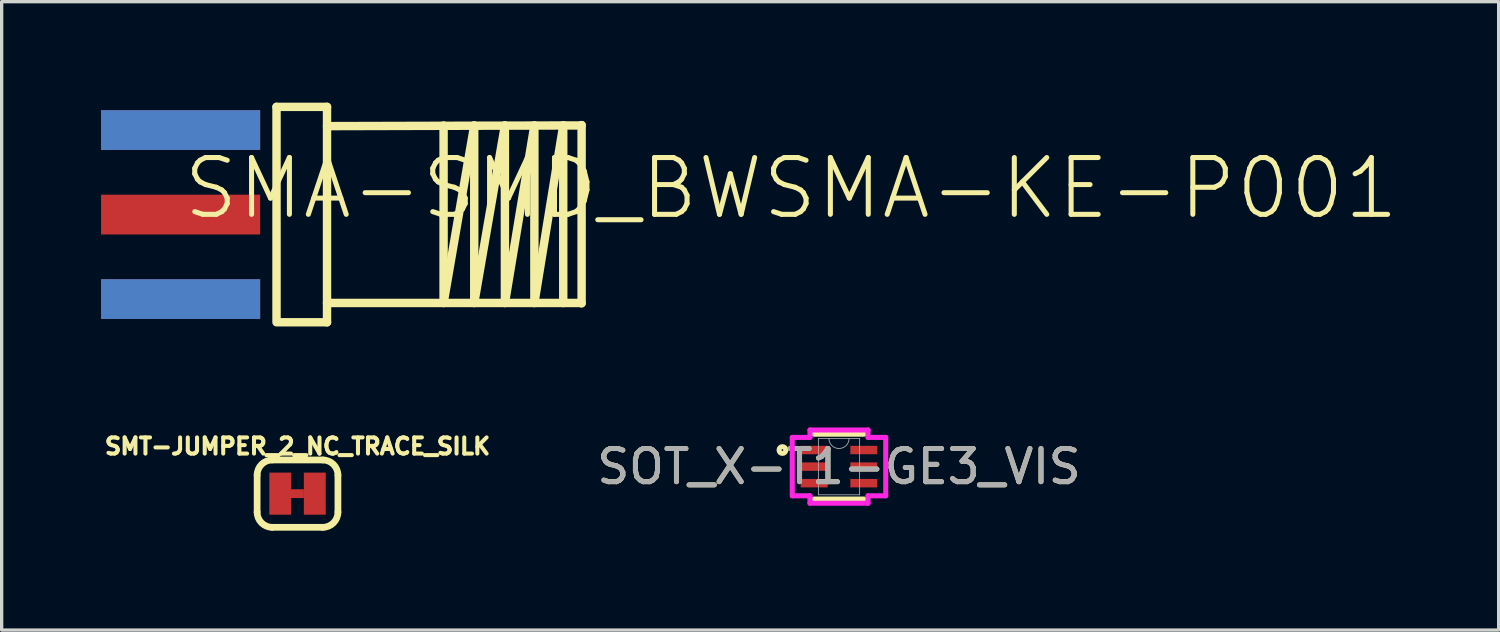
<source format=kicad_pcb>
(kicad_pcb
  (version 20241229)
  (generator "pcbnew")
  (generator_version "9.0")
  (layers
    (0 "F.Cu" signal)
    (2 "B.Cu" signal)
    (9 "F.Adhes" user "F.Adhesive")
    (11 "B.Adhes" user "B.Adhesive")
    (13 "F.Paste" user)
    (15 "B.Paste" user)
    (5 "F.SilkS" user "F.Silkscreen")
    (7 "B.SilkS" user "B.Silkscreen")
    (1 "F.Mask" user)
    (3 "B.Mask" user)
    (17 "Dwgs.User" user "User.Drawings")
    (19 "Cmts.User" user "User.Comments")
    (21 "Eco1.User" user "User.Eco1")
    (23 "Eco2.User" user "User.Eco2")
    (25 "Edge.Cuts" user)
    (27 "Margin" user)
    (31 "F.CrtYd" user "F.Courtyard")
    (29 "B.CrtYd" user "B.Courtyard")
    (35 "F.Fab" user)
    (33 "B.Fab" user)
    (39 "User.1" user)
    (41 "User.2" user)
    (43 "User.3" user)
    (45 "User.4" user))
  (footprint "SOT_X-T1-GE3_VIS"
    (layer "F.Cu")
    (at 22.267 11.03)
    (property "Reference" "SOT_X-T1-GE3_VIS" (at 0 0 0) (unlocked yes) (layer "F.SilkS") (effects (font (size 1 1) (thickness 0.15))))
    (attr smd)
    (fp_line (start -0.749 0.978) (end 0.749 0.978) (stroke (width 0.152) (type solid)) (layer "F.SilkS"))
    (fp_line (start 0.749 -0.978) (end -0.749 -0.978) (stroke (width 0.152) (type solid)) (layer "F.SilkS"))
    (fp_circle (center -1.707 -0.5) (end -1.605 -0.5) (stroke (width 0.152) (type solid)) (fill no) (layer "F.SilkS"))
    (fp_line (start -1.41 -0.881) (end -0.876 -0.881) (stroke (width 0.152) (type solid)) (layer "F.CrtYd"))
    (fp_line (start -1.41 0.881) (end -1.41 -0.881) (stroke (width 0.152) (type solid)) (layer "F.CrtYd"))
    (fp_line (start -1.41 0.881) (end -0.876 0.881) (stroke (width 0.152) (type solid)) (layer "F.CrtYd"))
    (fp_line (start -0.876 -1.105) (end 0.876 -1.105) (stroke (width 0.152) (type solid)) (layer "F.CrtYd"))
    (fp_line (start -0.876 -0.881) (end -0.876 -1.105) (stroke (width 0.152) (type solid)) (layer "F.CrtYd"))
    (fp_line (start -0.876 1.105) (end -0.876 0.881) (stroke (width 0.152) (type solid)) (layer "F.CrtYd"))
    (fp_line (start 0.876 -1.105) (end 0.876 -0.881) (stroke (width 0.152) (type solid)) (layer "F.CrtYd"))
    (fp_line (start 0.876 0.881) (end 0.876 1.105) (stroke (width 0.152) (type solid)) (layer "F.CrtYd"))
    (fp_line (start 0.876 1.105) (end -0.876 1.105) (stroke (width 0.152) (type solid)) (layer "F.CrtYd"))
    (fp_line (start 1.41 -0.881) (end 0.876 -0.881) (stroke (width 0.152) (type solid)) (layer "F.CrtYd"))
    (fp_line (start 1.41 -0.881) (end 1.41 0.881) (stroke (width 0.152) (type solid)) (layer "F.CrtYd"))
    (fp_line (start 1.41 0.881) (end 0.876 0.881) (stroke (width 0.152) (type solid)) (layer "F.CrtYd"))
    (fp_line (start -0.622 -0.851) (end -0.622 0.851) (stroke (width 0.025) (type solid)) (layer "F.Fab"))
    (fp_line (start -0.622 0.851) (end 0.622 0.851) (stroke (width 0.025) (type solid)) (layer "F.Fab"))
    (fp_line (start 0.622 -0.851) (end -0.622 -0.851) (stroke (width 0.025) (type solid)) (layer "F.Fab"))
    (fp_line (start 0.622 0.851) (end 0.622 -0.851) (stroke (width 0.025) (type solid)) (layer "F.Fab"))
    (fp_arc (start 0.3048 -0.8509) (mid 0 -0.5461) (end -0.3048 -0.8509) (stroke (width 0.0254) (type solid)) (layer "F.Fab"))
    (fp_circle (center -0.343 -0.5) (end -0.267 -0.5) (stroke (width 0.025) (type solid)) (fill no) (layer "F.Fab"))
    (fp_text user "${REFERENCE}" (at 0 0 0) (unlocked yes) (layer "F.Fab") (effects (font (size 1 1) (thickness 0.15))))
    (pad "1" smd rect (at -0.749 -0.5) (size 0.813 0.254) (layers "F.Cu" "F.Mask" "F.Paste"))
    (pad "2" smd rect (at -0.749 0) (size 0.813 0.254) (layers "F.Cu" "F.Mask" "F.Paste"))
    (pad "3" smd rect (at -0.749 0.5) (size 0.813 0.254) (layers "F.Cu" "F.Mask" "F.Paste"))
    (pad "4" smd rect (at 0.749 0.5) (size 0.813 0.254) (layers "F.Cu" "F.Mask" "F.Paste"))
    (pad "5" smd rect (at 0.749 0) (size 0.813 0.254) (layers "F.Cu" "F.Mask" "F.Paste"))
    (pad "6" smd rect (at 0.749 -0.5) (size 0.813 0.254) (layers "F.Cu" "F.Mask" "F.Paste")))
  (footprint "SMA-SMD_BWSMA-KE-P001"
    (layer "F.Cu")
    (at 2.4 3.425)
    (property "Reference" "SMA-SMD_BWSMA-KE-P001" (at 0 0.21 0) (unlocked yes) (layer "F.SilkS") (effects (font (size 1.714 1.714) (thickness 0.152)) (justify left bottom)))
    (fp_line (start 2.894 -3.25) (end 4.418 -3.25) (stroke (width 0.254) (type solid)) (layer "F.SilkS"))
    (fp_line (start 2.894 3.175) (end 2.894 -3.25) (stroke (width 0.254) (type solid)) (layer "F.SilkS"))
    (fp_line (start 2.894 3.25) (end 4.418 3.25) (stroke (width 0.254) (type solid)) (layer "F.SilkS"))
    (fp_line (start 4.418 -2.669) (end 11.546 -2.689) (stroke (width 0.254) (type solid)) (layer "F.SilkS"))
    (fp_line (start 4.418 2.667) (end 11.546 2.667) (stroke (width 0.254) (type solid)) (layer "F.SilkS"))
    (fp_line (start 4.418 3.25) (end 4.418 -3.25) (stroke (width 0.254) (type solid)) (layer "F.SilkS"))
    (fp_line (start 7.935 2.667) (end 7.935 -2.689) (stroke (width 0.254) (type solid)) (layer "F.SilkS"))
    (fp_line (start 7.935 2.667) (end 8.86 -2.689) (stroke (width 0.254) (type solid)) (layer "F.SilkS"))
    (fp_line (start 8.86 2.667) (end 8.86 -2.689) (stroke (width 0.254) (type solid)) (layer "F.SilkS"))
    (fp_line (start 8.86 2.667) (end 9.786 -2.689) (stroke (width 0.254) (type solid)) (layer "F.SilkS"))
    (fp_line (start 9.786 2.667) (end 9.786 -2.689) (stroke (width 0.254) (type solid)) (layer "F.SilkS"))
    (fp_line (start 9.786 2.667) (end 10.675 -2.689) (stroke (width 0.254) (type solid)) (layer "F.SilkS"))
    (fp_line (start 10.675 2.667) (end 10.675 -2.689) (stroke (width 0.254) (type solid)) (layer "F.SilkS"))
    (fp_line (start 10.675 2.667) (end 11.546 -2.689) (stroke (width 0.254) (type solid)) (layer "F.SilkS"))
    (fp_line (start 11.546 -2.689) (end 12.089 -2.689) (stroke (width 0.254) (type solid)) (layer "F.SilkS"))
    (fp_line (start 11.546 2.667) (end 11.546 -2.689) (stroke (width 0.254) (type solid)) (layer "F.SilkS"))
    (fp_line (start 11.546 2.667) (end 12.1 2.667) (stroke (width 0.254) (type solid)) (layer "F.SilkS"))
    (fp_line (start 12.089 -2.689) (end 12.1 -2.7) (stroke (width 0.254) (type solid)) (layer "F.SilkS"))
    (fp_line (start 12.1 2.68) (end 12.1 -2.7) (stroke (width 0.254) (type solid)) (layer "F.SilkS"))
    (fp_line (start 2.55 -3.25) (end 4.418 -3.25) (stroke (width 0.051) (type solid)) (layer "Eco1.User"))
    (fp_line (start 2.55 3.25) (end 2.55 -3.25) (stroke (width 0.051) (type solid)) (layer "Eco1.User"))
    (fp_line (start 2.55 3.25) (end 4.418 3.25) (stroke (width 0.051) (type solid)) (layer "Eco1.User"))
    (fp_line (start 4.418 3.25) (end 4.418 -3.25) (stroke (width 0.051) (type solid)) (layer "Eco1.User"))
    (fp_poly (pts (xy -1.4 -3) (xy 2.6 -3) (xy 2.6 -2.1) (xy -1.4 -2.1)) (stroke (width 0.1) (type default)) (fill no) (layer "Eco1.User"))
    (fp_poly (pts (xy -1.4 -3) (xy 2.6 -3) (xy 2.6 -2.1) (xy -1.4 -2.1)) (stroke (width 0.1) (type default)) (fill no) (layer "Eco1.User"))
    (fp_poly (pts (xy -1.4 -0.45) (xy 2.6 -0.45) (xy 2.6 0.45) (xy -1.4 0.45)) (stroke (width 0.1) (type default)) (fill no) (layer "Eco1.User"))
    (fp_poly (pts (xy -1.4 2.1) (xy 2.6 2.1) (xy 2.6 3) (xy -1.4 3)) (stroke (width 0.1) (type default)) (fill no) (layer "Eco1.User"))
    (fp_poly (pts (xy -1.4 2.1) (xy 2.6 2.1) (xy 2.6 3) (xy -1.4 3)) (stroke (width 0.1) (type default)) (fill no) (layer "Eco1.User"))
    (fp_poly (pts (arc (start 4.477901 3.25006) (mid 4.417957 3.19224) (end 4.358038 3.250085)) (arc (start 4.358039 3.25009) (mid 4.417983 3.30791) (end 4.477902 3.250065)) (xy 4.478 3.25)) (stroke (width 0.1) (type default)) (fill no) (layer "Eco1.User"))
    (fp_poly (pts (xy 5.03 -2.81) (xy 5.03 -2.57) (xy 11.98 -2.57) (xy 11.98 2.55) (xy 5.03 2.55) (xy 5.03 2.79) (xy 12.1 2.79) (xy 12.22 2.67) (xy 12.22 -2.72) (xy 12.13 -2.81)) (stroke (width 0.1) (type default)) (fill no) (layer "User.6"))
    (pad "1" smd rect (at 0.00011 2.55) (size 4.8 1.2) (layers "F.Cu" "F.Mask" "F.Paste"))
    (pad "2" smd rect (at 0.00011 -2.55) (size 4.8 1.2) (layers "F.Cu" "F.Mask" "F.Paste"))
    (pad "3" smd rect (at 0.00011 -2.55) (size 4.8 1.2) (layers "B.Cu" "B.Mask" "B.Paste"))
    (pad "4" smd rect (at 0.00011 2.55) (size 4.8 1.2) (layers "B.Cu" "B.Mask" "B.Paste"))
    (pad "5" smd rect (at 0.00011 -0.00012) (size 4.8 1.2) (layers "F.Cu" "F.Mask" "F.Paste"))
    (zone (net_name "") (layers "F.Cu" "B.Cu") (hatch edge 0.5) (connect_pads) (min_thickness 0.25) (filled_areas_thickness no) (keepout (tracks not_allowed) (vias not_allowed) (pads not_allowed) (copperpour not_allowed) (footprints allowed)) (placement (enabled no)) (fill) (polygon (pts (xy 4.975 0.1) (xy 4.994 0.054) (xy 5.029 0.019) (xy 5.075 0) (xy 5.125 0) (xy 5.17 0.019) (xy 5.205 0.054) (xy 5.224 0.1) (xy 5.227 0.125) (xy 5.227 6.725) (xy 5.224 6.749) (xy 5.205 6.795) (xy 5.17 6.83) (xy 5.125 6.849) (xy 5.075 6.849) (xy 5.029 6.83) (xy 4.994 6.795) (xy 4.975 6.749) (xy 4.973 6.725) (xy 4.973 0.125))))
    (zone (net_name "") (layers "F.Cu" "B.Cu") (hatch edge 0.5) (connect_pads) (min_thickness 0.25) (filled_areas_thickness no) (keepout (tracks not_allowed) (vias not_allowed) (pads not_allowed) (copperpour not_allowed) (footprints allowed)) (placement (enabled no)) (fill) (polygon (pts (xy 4.975 0.1) (xy 4.994 0.054) (xy 5.029 0.019) (xy 5.075 0) (xy 5.125 0) (xy 5.17 0.019) (xy 5.205 0.054) (xy 5.224 0.1) (xy 5.227 0.125) (xy 5.227 6.725) (xy 5.224 6.749) (xy 5.205 6.795) (xy 5.17 6.83) (xy 5.125 6.849) (xy 5.075 6.849) (xy 5.029 6.83) (xy 4.994 6.795) (xy 4.975 6.749) (xy 4.973 6.725) (xy 4.973 0.125)))))
  (footprint "SMT-JUMPER_2_NC_TRACE_SILK"
    (layer "F.Cu")
    (at 5.928 11.846)
    (property "Reference" "SMT-JUMPER_2_NC_TRACE_SILK" (at 0 -1.143 0) (unlocked yes) (layer "F.SilkS") (effects (font (size 0.488 0.488) (thickness 0.122)) (justify bottom)))
    (fp_poly (pts (xy 0.191 0.133) (xy -0.705 0.133) (xy -0.705 -0.133) (xy 0.191 -0.133)) (stroke (width 0) (type default)) (fill yes) (layer "F.Cu"))
    (fp_poly (pts (xy 0.254 0.191) (xy -0.254 0.191) (xy -0.254 -0.191) (xy 0.254 -0.191)) (stroke (width 0) (type default)) (fill yes) (layer "F.Mask"))
    (fp_line (start -1.219 0.559) (end -1.219 -0.559) (stroke (width 0.203) (type solid)) (layer "F.SilkS"))
    (fp_line (start -0.762 -1.016) (end 0.762 -1.016) (stroke (width 0.203) (type solid)) (layer "F.SilkS"))
    (fp_line (start 0.762 1.016) (end -0.762 1.016) (stroke (width 0.203) (type solid)) (layer "F.SilkS"))
    (fp_line (start 1.219 0.559) (end 1.219 -0.559) (stroke (width 0.203) (type solid)) (layer "F.SilkS"))
    (fp_arc (start -1.2192 -0.5588) (mid -1.085289 -0.882089) (end -0.762 -1.016) (stroke (width 0.2032) (type solid)) (layer "F.SilkS"))
    (fp_arc (start -0.762 1.016) (mid -1.085289 0.882089) (end -1.2192 0.5588) (stroke (width 0.2032) (type solid)) (layer "F.SilkS"))
    (fp_arc (start 0.762 -1.016) (mid 1.085289 -0.882089) (end 1.2192 -0.5588) (stroke (width 0.2032) (type solid)) (layer "F.SilkS"))
    (fp_arc (start 1.2192 0.5588) (mid 1.085289 0.882089) (end 0.762 1.016) (stroke (width 0.2032) (type solid)) (layer "F.SilkS"))
    (pad "1" smd rect (at -0.521 0) (size 0.66 1.27) (layers "F.Cu" "F.Mask"))
    (pad "2" smd rect (at 0.521 0) (size 0.66 1.27) (layers "F.Cu" "F.Mask")))
  (gr_rect
    (start -3 -3)
    (end 42.172 15.963)
    (stroke (width 0.1) (type default))
    (fill no)
    (layer "Edge.Cuts")))
</source>
